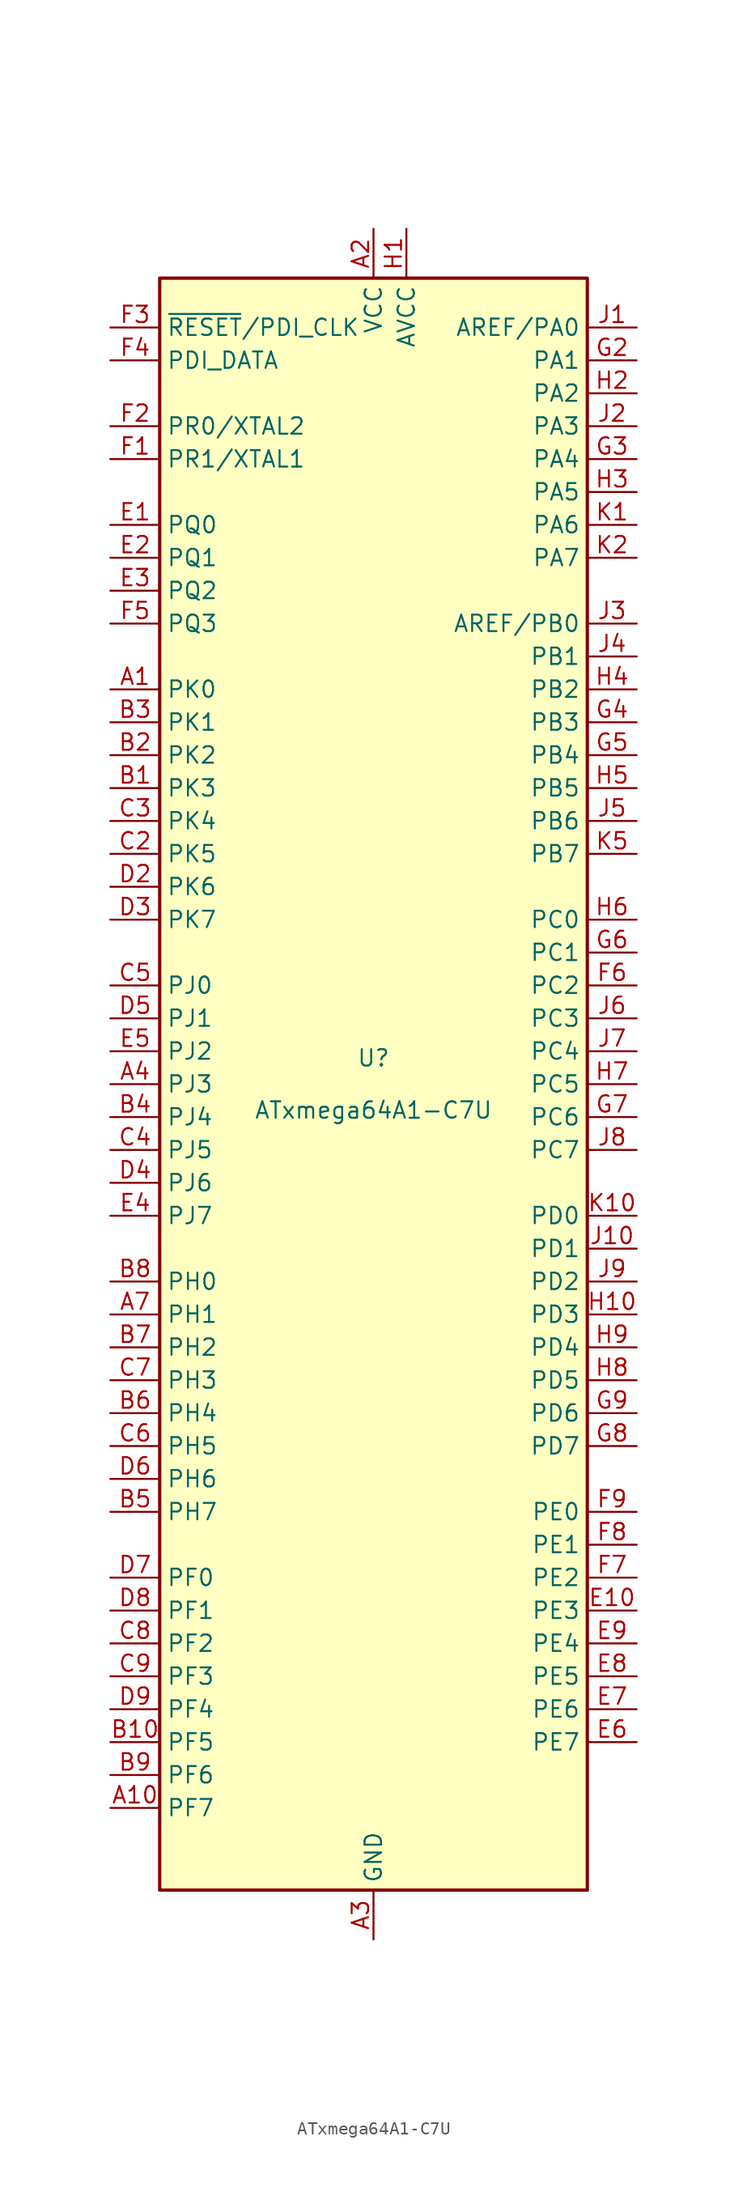
<source format=kicad_sym>
(kicad_symbol_lib
  (version 20201005)
  (generator kicad_symbol_editor)
  (symbol "ATxmega64A1-C7U"
    (property "Reference" "U"
      (at 0 1.27 0)
      (effects (font (size 1.27 1.27)) (justify bottom)))
    (property "Value" "ATxmega64A1-C7U"
      (at 0 -1.27 0)
      (effects (font (size 1.27 1.27)) (justify top)))
    (symbol "ATxmega64A1-C7U_0_1"
      (rectangle (start -16.51 -62.23) (end 16.51 62.23) (stroke (width 0.254)) (fill (type background))))
    (symbol "ATxmega64A1-C7U_1_1"
      (pin tri_state line (at -20.32 30.48 0) (length 3.81) (name "PK0" (effects (font (size 1.27 1.27)))) (number "A1" (effects (font (size 1.27 1.27)))))
      (pin tri_state line (at -20.32 -55.88 0) (length 3.81) (name "PF7" (effects (font (size 1.27 1.27)))) (number "A10" (effects (font (size 1.27 1.27)))))
      (pin power_in line (at 0 66.04 270) (length 3.81) (name "VCC" (effects (font (size 1.27 1.27)))) (number "A2" (effects (font (size 1.27 1.27)))))
      (pin power_in line (at 0 -66.04 90) (length 3.81) (name "GND" (effects (font (size 1.27 1.27)))) (number "A3" (effects (font (size 1.27 1.27)))))
      (pin tri_state line (at -20.32 0 0) (length 3.81) (name "PJ3" (effects (font (size 1.27 1.27)))) (number "A4" (effects (font (size 1.27 1.27)))))
      (pin passive line (at 0 66.04 270) (length 3.81) hide (name "VCC" (effects (font (size 1.27 1.27)))) (number "A5" (effects (font (size 1.27 1.27)))))
      (pin passive line (at 0 -66.04 90) (length 3.81) hide (name "GND" (effects (font (size 1.27 1.27)))) (number "A6" (effects (font (size 1.27 1.27)))))
      (pin tri_state line (at -20.32 -17.78 0) (length 3.81) (name "PH1" (effects (font (size 1.27 1.27)))) (number "A7" (effects (font (size 1.27 1.27)))))
      (pin passive line (at 0 -66.04 90) (length 3.81) hide (name "GND" (effects (font (size 1.27 1.27)))) (number "A8" (effects (font (size 1.27 1.27)))))
      (pin passive line (at 0 66.04 270) (length 3.81) hide (name "VCC" (effects (font (size 1.27 1.27)))) (number "A9" (effects (font (size 1.27 1.27)))))
      (pin tri_state line (at -20.32 22.86 0) (length 3.81) (name "PK3" (effects (font (size 1.27 1.27)))) (number "B1" (effects (font (size 1.27 1.27)))))
      (pin tri_state line (at -20.32 -50.8 0) (length 3.81) (name "PF5" (effects (font (size 1.27 1.27)))) (number "B10" (effects (font (size 1.27 1.27)))))
      (pin tri_state line (at -20.32 25.4 0) (length 3.81) (name "PK2" (effects (font (size 1.27 1.27)))) (number "B2" (effects (font (size 1.27 1.27)))))
      (pin tri_state line (at -20.32 27.94 0) (length 3.81) (name "PK1" (effects (font (size 1.27 1.27)))) (number "B3" (effects (font (size 1.27 1.27)))))
      (pin tri_state line (at -20.32 -2.54 0) (length 3.81) (name "PJ4" (effects (font (size 1.27 1.27)))) (number "B4" (effects (font (size 1.27 1.27)))))
      (pin tri_state line (at -20.32 -33.02 0) (length 3.81) (name "PH7" (effects (font (size 1.27 1.27)))) (number "B5" (effects (font (size 1.27 1.27)))))
      (pin tri_state line (at -20.32 -25.4 0) (length 3.81) (name "PH4" (effects (font (size 1.27 1.27)))) (number "B6" (effects (font (size 1.27 1.27)))))
      (pin tri_state line (at -20.32 -20.32 0) (length 3.81) (name "PH2" (effects (font (size 1.27 1.27)))) (number "B7" (effects (font (size 1.27 1.27)))))
      (pin tri_state line (at -20.32 -15.24 0) (length 3.81) (name "PH0" (effects (font (size 1.27 1.27)))) (number "B8" (effects (font (size 1.27 1.27)))))
      (pin tri_state line (at -20.32 -53.34 0) (length 3.81) (name "PF6" (effects (font (size 1.27 1.27)))) (number "B9" (effects (font (size 1.27 1.27)))))
      (pin passive line (at 0 66.04 270) (length 3.81) hide (name "VCC" (effects (font (size 1.27 1.27)))) (number "C1" (effects (font (size 1.27 1.27)))))
      (pin passive line (at 0 66.04 270) (length 3.81) hide (name "VCC" (effects (font (size 1.27 1.27)))) (number "C10" (effects (font (size 1.27 1.27)))))
      (pin tri_state line (at -20.32 17.78 0) (length 3.81) (name "PK5" (effects (font (size 1.27 1.27)))) (number "C2" (effects (font (size 1.27 1.27)))))
      (pin tri_state line (at -20.32 20.32 0) (length 3.81) (name "PK4" (effects (font (size 1.27 1.27)))) (number "C3" (effects (font (size 1.27 1.27)))))
      (pin tri_state line (at -20.32 -5.08 0) (length 3.81) (name "PJ5" (effects (font (size 1.27 1.27)))) (number "C4" (effects (font (size 1.27 1.27)))))
      (pin tri_state line (at -20.32 7.62 0) (length 3.81) (name "PJ0" (effects (font (size 1.27 1.27)))) (number "C5" (effects (font (size 1.27 1.27)))))
      (pin tri_state line (at -20.32 -27.94 0) (length 3.81) (name "PH5" (effects (font (size 1.27 1.27)))) (number "C6" (effects (font (size 1.27 1.27)))))
      (pin tri_state line (at -20.32 -22.86 0) (length 3.81) (name "PH3" (effects (font (size 1.27 1.27)))) (number "C7" (effects (font (size 1.27 1.27)))))
      (pin tri_state line (at -20.32 -43.18 0) (length 3.81) (name "PF2" (effects (font (size 1.27 1.27)))) (number "C8" (effects (font (size 1.27 1.27)))))
      (pin tri_state line (at -20.32 -45.72 0) (length 3.81) (name "PF3" (effects (font (size 1.27 1.27)))) (number "C9" (effects (font (size 1.27 1.27)))))
      (pin passive line (at 0 -66.04 90) (length 3.81) hide (name "GND" (effects (font (size 1.27 1.27)))) (number "D1" (effects (font (size 1.27 1.27)))))
      (pin passive line (at 0 -66.04 90) (length 3.81) hide (name "GND" (effects (font (size 1.27 1.27)))) (number "D10" (effects (font (size 1.27 1.27)))))
      (pin tri_state line (at -20.32 15.24 0) (length 3.81) (name "PK6" (effects (font (size 1.27 1.27)))) (number "D2" (effects (font (size 1.27 1.27)))))
      (pin tri_state line (at -20.32 12.7 0) (length 3.81) (name "PK7" (effects (font (size 1.27 1.27)))) (number "D3" (effects (font (size 1.27 1.27)))))
      (pin tri_state line (at -20.32 -7.62 0) (length 3.81) (name "PJ6" (effects (font (size 1.27 1.27)))) (number "D4" (effects (font (size 1.27 1.27)))))
      (pin tri_state line (at -20.32 5.08 0) (length 3.81) (name "PJ1" (effects (font (size 1.27 1.27)))) (number "D5" (effects (font (size 1.27 1.27)))))
      (pin tri_state line (at -20.32 -30.48 0) (length 3.81) (name "PH6" (effects (font (size 1.27 1.27)))) (number "D6" (effects (font (size 1.27 1.27)))))
      (pin tri_state line (at -20.32 -38.1 0) (length 3.81) (name "PF0" (effects (font (size 1.27 1.27)))) (number "D7" (effects (font (size 1.27 1.27)))))
      (pin tri_state line (at -20.32 -40.64 0) (length 3.81) (name "PF1" (effects (font (size 1.27 1.27)))) (number "D8" (effects (font (size 1.27 1.27)))))
      (pin tri_state line (at -20.32 -48.26 0) (length 3.81) (name "PF4" (effects (font (size 1.27 1.27)))) (number "D9" (effects (font (size 1.27 1.27)))))
      (pin tri_state line (at -20.32 43.18 0) (length 3.81) (name "PQ0" (effects (font (size 1.27 1.27)))) (number "E1" (effects (font (size 1.27 1.27)))))
      (pin tri_state line (at 20.32 -40.64 180) (length 3.81) (name "PE3" (effects (font (size 1.27 1.27)))) (number "E10" (effects (font (size 1.27 1.27)))))
      (pin tri_state line (at -20.32 40.64 0) (length 3.81) (name "PQ1" (effects (font (size 1.27 1.27)))) (number "E2" (effects (font (size 1.27 1.27)))))
      (pin tri_state line (at -20.32 38.1 0) (length 3.81) (name "PQ2" (effects (font (size 1.27 1.27)))) (number "E3" (effects (font (size 1.27 1.27)))))
      (pin tri_state line (at -20.32 -10.16 0) (length 3.81) (name "PJ7" (effects (font (size 1.27 1.27)))) (number "E4" (effects (font (size 1.27 1.27)))))
      (pin tri_state line (at -20.32 2.54 0) (length 3.81) (name "PJ2" (effects (font (size 1.27 1.27)))) (number "E5" (effects (font (size 1.27 1.27)))))
      (pin tri_state line (at 20.32 -50.8 180) (length 3.81) (name "PE7" (effects (font (size 1.27 1.27)))) (number "E6" (effects (font (size 1.27 1.27)))))
      (pin tri_state line (at 20.32 -48.26 180) (length 3.81) (name "PE6" (effects (font (size 1.27 1.27)))) (number "E7" (effects (font (size 1.27 1.27)))))
      (pin tri_state line (at 20.32 -45.72 180) (length 3.81) (name "PE5" (effects (font (size 1.27 1.27)))) (number "E8" (effects (font (size 1.27 1.27)))))
      (pin tri_state line (at 20.32 -43.18 180) (length 3.81) (name "PE4" (effects (font (size 1.27 1.27)))) (number "E9" (effects (font (size 1.27 1.27)))))
      (pin tri_state line (at -20.32 48.26 0) (length 3.81) (name "PR1/XTAL1" (effects (font (size 1.27 1.27)))) (number "F1" (effects (font (size 1.27 1.27)))))
      (pin passive line (at 0 66.04 270) (length 3.81) hide (name "VCC" (effects (font (size 1.27 1.27)))) (number "F10" (effects (font (size 1.27 1.27)))))
      (pin tri_state line (at -20.32 50.8 0) (length 3.81) (name "PR0/XTAL2" (effects (font (size 1.27 1.27)))) (number "F2" (effects (font (size 1.27 1.27)))))
      (pin input line (at -20.32 58.42 0) (length 3.81) (name "~RESET~/PDI_CLK" (effects (font (size 1.27 1.27)))) (number "F3" (effects (font (size 1.27 1.27)))))
      (pin bidirectional line (at -20.32 55.88 0) (length 3.81) (name "PDI_DATA" (effects (font (size 1.27 1.27)))) (number "F4" (effects (font (size 1.27 1.27)))))
      (pin tri_state line (at -20.32 35.56 0) (length 3.81) (name "PQ3" (effects (font (size 1.27 1.27)))) (number "F5" (effects (font (size 1.27 1.27)))))
      (pin tri_state line (at 20.32 7.62 180) (length 3.81) (name "PC2" (effects (font (size 1.27 1.27)))) (number "F6" (effects (font (size 1.27 1.27)))))
      (pin tri_state line (at 20.32 -38.1 180) (length 3.81) (name "PE2" (effects (font (size 1.27 1.27)))) (number "F7" (effects (font (size 1.27 1.27)))))
      (pin tri_state line (at 20.32 -35.56 180) (length 3.81) (name "PE1" (effects (font (size 1.27 1.27)))) (number "F8" (effects (font (size 1.27 1.27)))))
      (pin tri_state line (at 20.32 -33.02 180) (length 3.81) (name "PE0" (effects (font (size 1.27 1.27)))) (number "F9" (effects (font (size 1.27 1.27)))))
      (pin passive line (at 0 -66.04 90) (length 3.81) hide (name "GND" (effects (font (size 1.27 1.27)))) (number "G1" (effects (font (size 1.27 1.27)))))
      (pin passive line (at 0 -66.04 90) (length 3.81) hide (name "GND" (effects (font (size 1.27 1.27)))) (number "G10" (effects (font (size 1.27 1.27)))))
      (pin tri_state line (at 20.32 55.88 180) (length 3.81) (name "PA1" (effects (font (size 1.27 1.27)))) (number "G2" (effects (font (size 1.27 1.27)))))
      (pin tri_state line (at 20.32 48.26 180) (length 3.81) (name "PA4" (effects (font (size 1.27 1.27)))) (number "G3" (effects (font (size 1.27 1.27)))))
      (pin tri_state line (at 20.32 27.94 180) (length 3.81) (name "PB3" (effects (font (size 1.27 1.27)))) (number "G4" (effects (font (size 1.27 1.27)))))
      (pin tri_state line (at 20.32 25.4 180) (length 3.81) (name "PB4" (effects (font (size 1.27 1.27)))) (number "G5" (effects (font (size 1.27 1.27)))))
      (pin tri_state line (at 20.32 10.16 180) (length 3.81) (name "PC1" (effects (font (size 1.27 1.27)))) (number "G6" (effects (font (size 1.27 1.27)))))
      (pin tri_state line (at 20.32 -2.54 180) (length 3.81) (name "PC6" (effects (font (size 1.27 1.27)))) (number "G7" (effects (font (size 1.27 1.27)))))
      (pin tri_state line (at 20.32 -27.94 180) (length 3.81) (name "PD7" (effects (font (size 1.27 1.27)))) (number "G8" (effects (font (size 1.27 1.27)))))
      (pin tri_state line (at 20.32 -25.4 180) (length 3.81) (name "PD6" (effects (font (size 1.27 1.27)))) (number "G9" (effects (font (size 1.27 1.27)))))
      (pin power_in line (at 2.54 66.04 270) (length 3.81) (name "AVCC" (effects (font (size 1.27 1.27)))) (number "H1" (effects (font (size 1.27 1.27)))))
      (pin tri_state line (at 20.32 -17.78 180) (length 3.81) (name "PD3" (effects (font (size 1.27 1.27)))) (number "H10" (effects (font (size 1.27 1.27)))))
      (pin tri_state line (at 20.32 53.34 180) (length 3.81) (name "PA2" (effects (font (size 1.27 1.27)))) (number "H2" (effects (font (size 1.27 1.27)))))
      (pin tri_state line (at 20.32 45.72 180) (length 3.81) (name "PA5" (effects (font (size 1.27 1.27)))) (number "H3" (effects (font (size 1.27 1.27)))))
      (pin tri_state line (at 20.32 30.48 180) (length 3.81) (name "PB2" (effects (font (size 1.27 1.27)))) (number "H4" (effects (font (size 1.27 1.27)))))
      (pin tri_state line (at 20.32 22.86 180) (length 3.81) (name "PB5" (effects (font (size 1.27 1.27)))) (number "H5" (effects (font (size 1.27 1.27)))))
      (pin tri_state line (at 20.32 12.7 180) (length 3.81) (name "PC0" (effects (font (size 1.27 1.27)))) (number "H6" (effects (font (size 1.27 1.27)))))
      (pin tri_state line (at 20.32 0 180) (length 3.81) (name "PC5" (effects (font (size 1.27 1.27)))) (number "H7" (effects (font (size 1.27 1.27)))))
      (pin tri_state line (at 20.32 -22.86 180) (length 3.81) (name "PD5" (effects (font (size 1.27 1.27)))) (number "H8" (effects (font (size 1.27 1.27)))))
      (pin tri_state line (at 20.32 -20.32 180) (length 3.81) (name "PD4" (effects (font (size 1.27 1.27)))) (number "H9" (effects (font (size 1.27 1.27)))))
      (pin tri_state line (at 20.32 58.42 180) (length 3.81) (name "AREF/PA0" (effects (font (size 1.27 1.27)))) (number "J1" (effects (font (size 1.27 1.27)))))
      (pin tri_state line (at 20.32 -12.7 180) (length 3.81) (name "PD1" (effects (font (size 1.27 1.27)))) (number "J10" (effects (font (size 1.27 1.27)))))
      (pin tri_state line (at 20.32 50.8 180) (length 3.81) (name "PA3" (effects (font (size 1.27 1.27)))) (number "J2" (effects (font (size 1.27 1.27)))))
      (pin tri_state line (at 20.32 35.56 180) (length 3.81) (name "AREF/PB0" (effects (font (size 1.27 1.27)))) (number "J3" (effects (font (size 1.27 1.27)))))
      (pin tri_state line (at 20.32 33.02 180) (length 3.81) (name "PB1" (effects (font (size 1.27 1.27)))) (number "J4" (effects (font (size 1.27 1.27)))))
      (pin tri_state line (at 20.32 20.32 180) (length 3.81) (name "PB6" (effects (font (size 1.27 1.27)))) (number "J5" (effects (font (size 1.27 1.27)))))
      (pin tri_state line (at 20.32 5.08 180) (length 3.81) (name "PC3" (effects (font (size 1.27 1.27)))) (number "J6" (effects (font (size 1.27 1.27)))))
      (pin tri_state line (at 20.32 2.54 180) (length 3.81) (name "PC4" (effects (font (size 1.27 1.27)))) (number "J7" (effects (font (size 1.27 1.27)))))
      (pin tri_state line (at 20.32 -5.08 180) (length 3.81) (name "PC7" (effects (font (size 1.27 1.27)))) (number "J8" (effects (font (size 1.27 1.27)))))
      (pin tri_state line (at 20.32 -15.24 180) (length 3.81) (name "PD2" (effects (font (size 1.27 1.27)))) (number "J9" (effects (font (size 1.27 1.27)))))
      (pin tri_state line (at 20.32 43.18 180) (length 3.81) (name "PA6" (effects (font (size 1.27 1.27)))) (number "K1" (effects (font (size 1.27 1.27)))))
      (pin tri_state line (at 20.32 -10.16 180) (length 3.81) (name "PD0" (effects (font (size 1.27 1.27)))) (number "K10" (effects (font (size 1.27 1.27)))))
      (pin tri_state line (at 20.32 40.64 180) (length 3.81) (name "PA7" (effects (font (size 1.27 1.27)))) (number "K2" (effects (font (size 1.27 1.27)))))
      (pin passive line (at 0 -66.04 90) (length 3.81) hide (name "GND" (effects (font (size 1.27 1.27)))) (number "K3" (effects (font (size 1.27 1.27)))))
      (pin passive line (at 2.54 66.04 270) (length 3.81) hide (name "AVCC" (effects (font (size 1.27 1.27)))) (number "K4" (effects (font (size 1.27 1.27)))))
      (pin tri_state line (at 20.32 17.78 180) (length 3.81) (name "PB7" (effects (font (size 1.27 1.27)))) (number "K5" (effects (font (size 1.27 1.27)))))
      (pin passive line (at 0 66.04 270) (length 3.81) hide (name "VCC" (effects (font (size 1.27 1.27)))) (number "K6" (effects (font (size 1.27 1.27)))))
      (pin passive line (at 0 -66.04 90) (length 3.81) hide (name "GND" (effects (font (size 1.27 1.27)))) (number "K7" (effects (font (size 1.27 1.27)))))
      (pin passive line (at 0 66.04 270) (length 3.81) hide (name "VCC" (effects (font (size 1.27 1.27)))) (number "K8" (effects (font (size 1.27 1.27)))))
      (pin passive line (at 0 -66.04 90) (length 3.81) hide (name "GND" (effects (font (size 1.27 1.27)))) (number "K9" (effects (font (size 1.27 1.27))))))))
</source>
